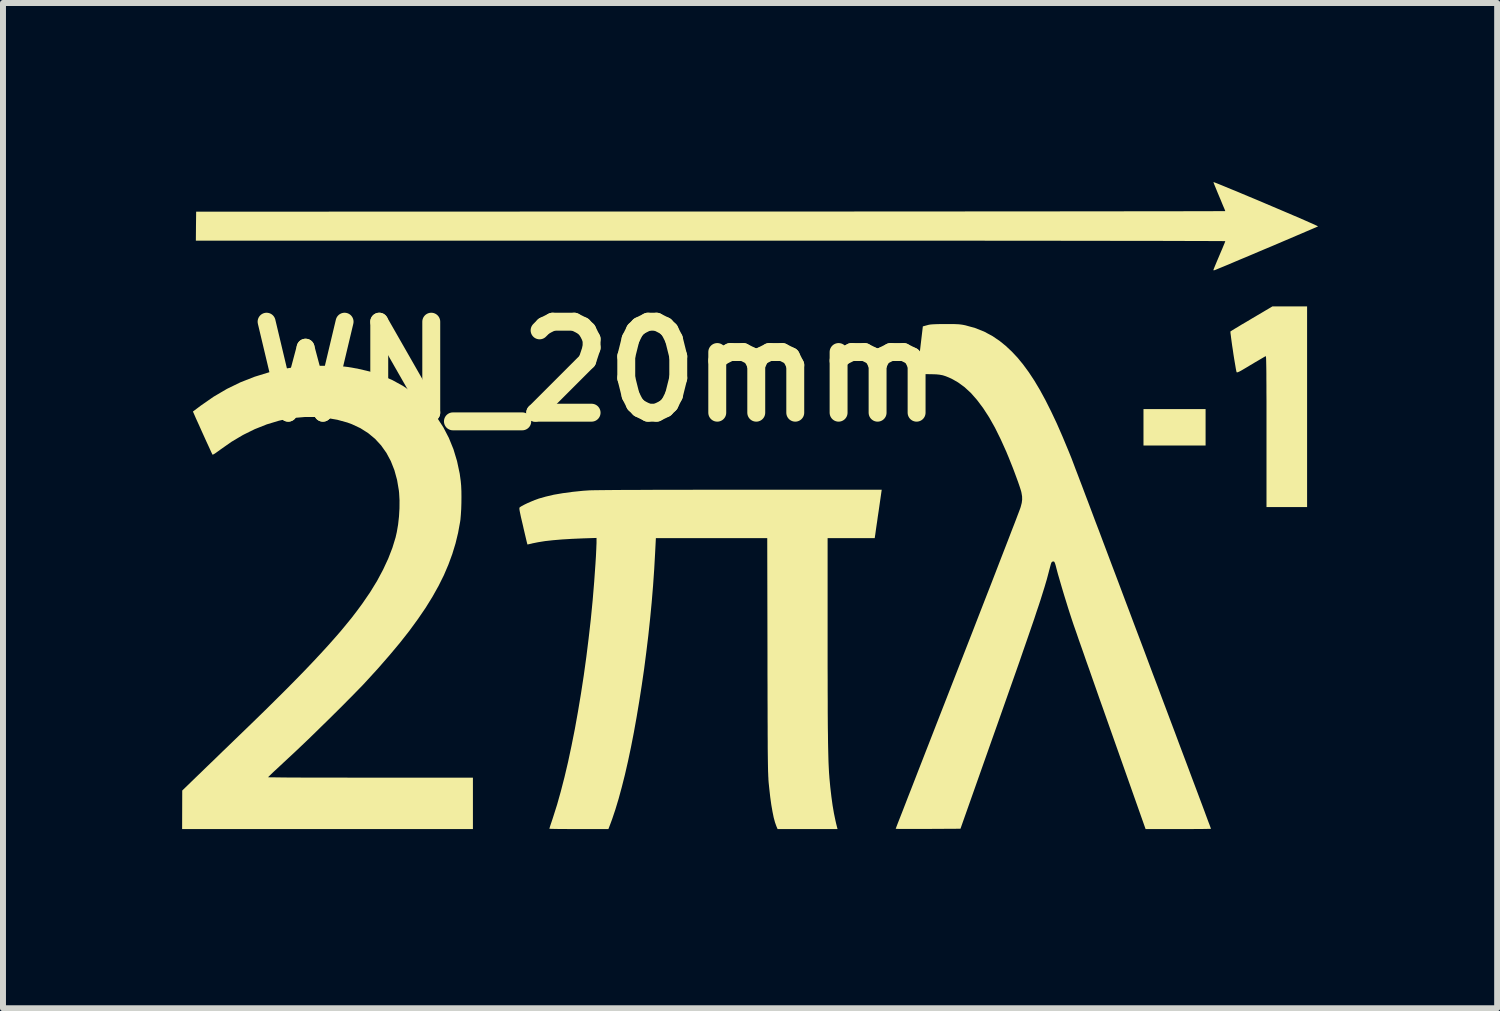
<source format=kicad_pcb>
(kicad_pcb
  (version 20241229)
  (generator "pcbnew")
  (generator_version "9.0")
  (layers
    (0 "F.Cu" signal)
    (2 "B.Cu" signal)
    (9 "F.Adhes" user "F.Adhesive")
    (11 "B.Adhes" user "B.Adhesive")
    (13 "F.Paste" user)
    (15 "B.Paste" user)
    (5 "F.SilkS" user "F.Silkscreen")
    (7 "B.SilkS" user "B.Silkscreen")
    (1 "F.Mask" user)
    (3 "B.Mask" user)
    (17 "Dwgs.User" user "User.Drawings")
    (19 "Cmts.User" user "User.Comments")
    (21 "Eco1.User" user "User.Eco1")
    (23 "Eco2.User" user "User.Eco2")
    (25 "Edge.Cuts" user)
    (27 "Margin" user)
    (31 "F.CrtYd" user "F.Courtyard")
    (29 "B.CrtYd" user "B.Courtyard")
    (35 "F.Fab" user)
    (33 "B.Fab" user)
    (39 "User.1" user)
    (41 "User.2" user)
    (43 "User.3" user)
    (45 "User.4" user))
  (footprint "WN_20mm"
    (layer "F.Cu")
    (at 9.47 5.712)
    (property "Reference" "WN_20mm" (at -2.54 -2.54 0) (layer "F.SilkS") (effects (font (size 1.524 1.524) (thickness 0.3))))
    (attr board_only exclude_from_pos_files exclude_from_bom)
    (fp_poly (pts (xy 7.67 -1.301) (xy 6.63 -1.301) (xy 6.63 -1.911) (xy 7.67 -1.911)) (stroke (width 0) (type solid)) (fill yes) (layer "F.SilkS"))
    (fp_poly (pts (xy 9.37 -0.27) (xy 8.69 -0.27) (xy 8.69 -1.537) (xy 8.69 -1.728) (xy 8.69 -1.901) (xy 8.69 -2.055) (xy 8.689 -2.192) (xy 8.689 -2.312) (xy 8.688 -2.417) (xy 8.688 -2.507) (xy 8.687 -2.583) (xy 8.686 -2.646) (xy 8.685 -2.696) (xy 8.684 -2.736) (xy 8.683 -2.765) (xy 8.681 -2.784) (xy 8.679 -2.795) (xy 8.678 -2.798) (xy 8.678 -2.798) (xy 8.666 -2.792) (xy 8.64 -2.777) (xy 8.601 -2.754) (xy 8.552 -2.725) (xy 8.495 -2.692) (xy 8.433 -2.654) (xy 8.43 -2.653) (xy 8.36 -2.611) (xy 8.306 -2.579) (xy 8.265 -2.555) (xy 8.235 -2.539) (xy 8.214 -2.53) (xy 8.201 -2.526) (xy 8.193 -2.526) (xy 8.189 -2.531) (xy 8.188 -2.534) (xy 8.183 -2.555) (xy 8.176 -2.591) (xy 8.168 -2.639) (xy 8.158 -2.698) (xy 8.147 -2.763) (xy 8.136 -2.833) (xy 8.126 -2.904) (xy 8.115 -2.974) (xy 8.106 -3.04) (xy 8.098 -3.099) (xy 8.092 -3.149) (xy 8.087 -3.185) (xy 8.086 -3.207) (xy 8.086 -3.211) (xy 8.097 -3.218) (xy 8.122 -3.234) (xy 8.161 -3.258) (xy 8.212 -3.288) (xy 8.272 -3.325) (xy 8.341 -3.365) (xy 8.415 -3.409) (xy 8.443 -3.426) (xy 8.79 -3.631) (xy 9.37 -3.631)) (stroke (width 0) (type solid)) (fill yes) (layer "F.SilkS"))
    (fp_poly (pts (xy 7.812 -5.71) (xy 7.838 -5.7) (xy 7.881 -5.683) (xy 7.938 -5.66) (xy 8.008 -5.631) (xy 8.09 -5.597) (xy 8.184 -5.559) (xy 8.286 -5.516) (xy 8.398 -5.469) (xy 8.516 -5.42) (xy 8.639 -5.368) (xy 8.683 -5.349) (xy 8.808 -5.296) (xy 8.928 -5.245) (xy 9.041 -5.197) (xy 9.146 -5.152) (xy 9.242 -5.111) (xy 9.327 -5.074) (xy 9.401 -5.041) (xy 9.461 -5.015) (xy 9.507 -4.994) (xy 9.538 -4.979) (xy 9.552 -4.972) (xy 9.553 -4.971) (xy 9.543 -4.966) (xy 9.516 -4.954) (xy 9.474 -4.936) (xy 9.418 -4.912) (xy 9.35 -4.883) (xy 9.271 -4.849) (xy 9.184 -4.812) (xy 9.089 -4.771) (xy 8.987 -4.728) (xy 8.882 -4.683) (xy 8.774 -4.637) (xy 8.664 -4.591) (xy 8.555 -4.545) (xy 8.447 -4.499) (xy 8.343 -4.455) (xy 8.244 -4.414) (xy 8.152 -4.375) (xy 8.068 -4.339) (xy 7.993 -4.308) (xy 7.93 -4.282) (xy 7.879 -4.261) (xy 7.843 -4.246) (xy 7.823 -4.238) (xy 7.82 -4.237) (xy 7.804 -4.235) (xy 7.8 -4.238) (xy 7.804 -4.25) (xy 7.814 -4.276) (xy 7.831 -4.317) (xy 7.852 -4.368) (xy 7.877 -4.427) (xy 7.9 -4.481) (xy 7.927 -4.545) (xy 7.952 -4.603) (xy 7.972 -4.652) (xy 7.988 -4.69) (xy 7.997 -4.715) (xy 8 -4.723) (xy 7.99 -4.724) (xy 7.961 -4.724) (xy 7.912 -4.725) (xy 7.845 -4.725) (xy 7.759 -4.725) (xy 7.656 -4.726) (xy 7.536 -4.726) (xy 7.399 -4.726) (xy 7.245 -4.727) (xy 7.076 -4.727) (xy 6.891 -4.728) (xy 6.691 -4.728) (xy 6.477 -4.728) (xy 6.249 -4.728) (xy 6.006 -4.729) (xy 5.751 -4.729) (xy 5.483 -4.729) (xy 5.203 -4.73) (xy 4.911 -4.73) (xy 4.608 -4.73) (xy 4.294 -4.73) (xy 3.969 -4.731) (xy 3.635 -4.731) (xy 3.291 -4.731) (xy 2.937 -4.731) (xy 2.576 -4.731) (xy 2.206 -4.731) (xy 1.828 -4.732) (xy 1.444 -4.732) (xy 1.052 -4.732) (xy 0.654 -4.732) (xy 0.25 -4.732) (xy -0.159 -4.732) (xy -0.573 -4.732) (xy -9.24 -4.732) (xy -9.238 -4.974) (xy -9.235 -5.217) (xy -0.618 -5.22) (xy -0.203 -5.22) (xy 0.207 -5.22) (xy 0.611 -5.22) (xy 1.01 -5.22) (xy 1.402 -5.22) (xy 1.787 -5.22) (xy 2.166 -5.221) (xy 2.536 -5.221) (xy 2.899 -5.221) (xy 3.253 -5.221) (xy 3.598 -5.221) (xy 3.934 -5.222) (xy 4.259 -5.222) (xy 4.575 -5.222) (xy 4.879 -5.222) (xy 5.172 -5.222) (xy 5.454 -5.223) (xy 5.723 -5.223) (xy 5.98 -5.223) (xy 6.223 -5.223) (xy 6.453 -5.224) (xy 6.669 -5.224) (xy 6.87 -5.224) (xy 7.057 -5.224) (xy 7.228 -5.224) (xy 7.383 -5.225) (xy 7.522 -5.225) (xy 7.644 -5.225) (xy 7.749 -5.225) (xy 7.837 -5.226) (xy 7.906 -5.226) (xy 7.956 -5.226) (xy 7.988 -5.226) (xy 8 -5.227) (xy 8 -5.227) (xy 7.996 -5.237) (xy 7.986 -5.263) (xy 7.969 -5.302) (xy 7.948 -5.352) (xy 7.924 -5.411) (xy 7.9 -5.468) (xy 7.873 -5.532) (xy 7.849 -5.591) (xy 7.829 -5.64) (xy 7.813 -5.679) (xy 7.804 -5.704) (xy 7.802 -5.712)) (stroke (width 0) (type solid)) (fill yes) (layer "F.SilkS"))
    (fp_poly (pts (xy -7.03 -2.636) (xy -6.947 -2.635) (xy -6.875 -2.632) (xy -6.812 -2.629) (xy -6.753 -2.623) (xy -6.694 -2.616) (xy -6.631 -2.606) (xy -6.561 -2.593) (xy -6.54 -2.59) (xy -6.331 -2.541) (xy -6.133 -2.476) (xy -5.946 -2.395) (xy -5.771 -2.299) (xy -5.609 -2.188) (xy -5.46 -2.062) (xy -5.324 -1.923) (xy -5.202 -1.77) (xy -5.095 -1.605) (xy -5.003 -1.428) (xy -4.926 -1.239) (xy -4.866 -1.04) (xy -4.821 -0.829) (xy -4.804 -0.704) (xy -4.797 -0.628) (xy -4.793 -0.538) (xy -4.792 -0.44) (xy -4.793 -0.337) (xy -4.796 -0.237) (xy -4.802 -0.142) (xy -4.809 -0.06) (xy -4.815 -0.02) (xy -4.848 0.16) (xy -4.891 0.338) (xy -4.945 0.515) (xy -5.01 0.692) (xy -5.086 0.87) (xy -5.175 1.049) (xy -5.277 1.231) (xy -5.392 1.417) (xy -5.522 1.607) (xy -5.665 1.803) (xy -5.824 2.005) (xy -5.999 2.214) (xy -6.189 2.432) (xy -6.38 2.641) (xy -6.443 2.709) (xy -6.52 2.788) (xy -6.607 2.877) (xy -6.703 2.974) (xy -6.806 3.078) (xy -6.914 3.185) (xy -7.025 3.295) (xy -7.138 3.405) (xy -7.249 3.514) (xy -7.358 3.62) (xy -7.463 3.72) (xy -7.561 3.813) (xy -7.651 3.897) (xy -7.693 3.936) (xy -7.762 4) (xy -7.826 4.06) (xy -7.884 4.114) (xy -7.935 4.161) (xy -7.976 4.2) (xy -8.006 4.23) (xy -8.025 4.248) (xy -8.03 4.254) (xy -8.02 4.255) (xy -7.991 4.256) (xy -7.945 4.256) (xy -7.881 4.257) (xy -7.801 4.258) (xy -7.707 4.259) (xy -7.598 4.259) (xy -7.477 4.26) (xy -7.344 4.26) (xy -7.2 4.261) (xy -7.047 4.261) (xy -6.884 4.261) (xy -6.714 4.261) (xy -6.538 4.262) (xy -6.355 4.262) (xy -6.315 4.262) (xy -4.6 4.262) (xy -4.6 5.122) (xy -9.47 5.122) (xy -9.469 4.799) (xy -9.468 4.477) (xy -9.237 4.253) (xy -9.188 4.206) (xy -9.128 4.148) (xy -9.057 4.079) (xy -8.977 4.002) (xy -8.891 3.919) (xy -8.801 3.831) (xy -8.707 3.741) (xy -8.613 3.65) (xy -8.52 3.56) (xy -8.495 3.536) (xy -8.281 3.329) (xy -8.081 3.134) (xy -7.895 2.95) (xy -7.722 2.778) (xy -7.561 2.615) (xy -7.412 2.462) (xy -7.274 2.317) (xy -7.146 2.18) (xy -7.027 2.05) (xy -6.917 1.926) (xy -6.814 1.808) (xy -6.72 1.694) (xy -6.631 1.585) (xy -6.549 1.478) (xy -6.472 1.374) (xy -6.453 1.348) (xy -6.322 1.157) (xy -6.205 0.966) (xy -6.104 0.777) (xy -6.018 0.592) (xy -5.948 0.411) (xy -5.895 0.238) (xy -5.875 0.15) (xy -5.853 0.023) (xy -5.838 -0.112) (xy -5.83 -0.25) (xy -5.829 -0.383) (xy -5.836 -0.507) (xy -5.84 -0.546) (xy -5.87 -0.724) (xy -5.915 -0.888) (xy -5.975 -1.04) (xy -6.049 -1.178) (xy -6.137 -1.302) (xy -6.239 -1.413) (xy -6.355 -1.509) (xy -6.484 -1.591) (xy -6.627 -1.658) (xy -6.703 -1.686) (xy -6.871 -1.732) (xy -7.049 -1.763) (xy -7.232 -1.778) (xy -7.419 -1.778) (xy -7.606 -1.762) (xy -7.789 -1.73) (xy -7.85 -1.716) (xy -8.052 -1.655) (xy -8.253 -1.575) (xy -8.452 -1.477) (xy -8.645 -1.362) (xy -8.823 -1.237) (xy -8.867 -1.205) (xy -8.905 -1.178) (xy -8.936 -1.158) (xy -8.955 -1.148) (xy -8.96 -1.147) (xy -8.966 -1.158) (xy -8.98 -1.186) (xy -9 -1.23) (xy -9.027 -1.289) (xy -9.06 -1.36) (xy -9.098 -1.444) (xy -9.141 -1.539) (xy -9.188 -1.644) (xy -9.239 -1.756) (xy -9.266 -1.818) (xy -9.289 -1.87) (xy -9.156 -1.97) (xy -8.943 -2.118) (xy -8.722 -2.248) (xy -8.492 -2.36) (xy -8.255 -2.453) (xy -8.011 -2.528) (xy -7.762 -2.584) (xy -7.73 -2.59) (xy -7.652 -2.603) (xy -7.584 -2.614) (xy -7.523 -2.622) (xy -7.465 -2.627) (xy -7.404 -2.631) (xy -7.337 -2.634) (xy -7.26 -2.635) (xy -7.169 -2.636) (xy -7.13 -2.636)) (stroke (width 0) (type solid)) (fill yes) (layer "F.SilkS"))
    (fp_poly (pts (xy 2.194 -0.198) (xy 2.181 -0.113) (xy 2.17 -0.033) (xy 2.159 0.04) (xy 2.15 0.103) (xy 2.143 0.154) (xy 2.138 0.19) (xy 2.135 0.208) (xy 2.129 0.25) (xy 1.34 0.25) (xy 1.34 1.938) (xy 1.34 2.185) (xy 1.34 2.412) (xy 1.341 2.622) (xy 1.341 2.814) (xy 1.342 2.99) (xy 1.342 3.15) (xy 1.343 3.297) (xy 1.344 3.43) (xy 1.346 3.55) (xy 1.347 3.659) (xy 1.349 3.758) (xy 1.351 3.847) (xy 1.353 3.927) (xy 1.355 4) (xy 1.358 4.065) (xy 1.361 4.125) (xy 1.364 4.181) (xy 1.368 4.232) (xy 1.37 4.262) (xy 1.385 4.422) (xy 1.403 4.577) (xy 1.423 4.723) (xy 1.446 4.858) (xy 1.471 4.978) (xy 1.483 5.031) (xy 1.506 5.122) (xy 0.502 5.122) (xy 0.481 5.072) (xy 0.459 5.01) (xy 0.437 4.929) (xy 0.417 4.83) (xy 0.397 4.716) (xy 0.379 4.586) (xy 0.363 4.443) (xy 0.353 4.347) (xy 0.351 4.322) (xy 0.349 4.296) (xy 0.348 4.268) (xy 0.346 4.236) (xy 0.345 4.2) (xy 0.343 4.159) (xy 0.342 4.112) (xy 0.341 4.058) (xy 0.34 3.996) (xy 0.339 3.925) (xy 0.338 3.845) (xy 0.337 3.753) (xy 0.337 3.651) (xy 0.336 3.536) (xy 0.336 3.408) (xy 0.335 3.265) (xy 0.335 3.108) (xy 0.334 2.934) (xy 0.334 2.744) (xy 0.333 2.535) (xy 0.333 2.308) (xy 0.333 2.203) (xy 0.329 0.25) (xy -1.536 0.25) (xy -1.549 0.503) (xy -1.564 0.772) (xy -1.583 1.046) (xy -1.606 1.324) (xy -1.633 1.604) (xy -1.663 1.884) (xy -1.697 2.164) (xy -1.733 2.442) (xy -1.773 2.717) (xy -1.815 2.986) (xy -1.859 3.249) (xy -1.905 3.505) (xy -1.953 3.751) (xy -2.003 3.987) (xy -2.054 4.21) (xy -2.107 4.42) (xy -2.16 4.615) (xy -2.214 4.794) (xy -2.268 4.955) (xy -2.299 5.039) (xy -2.331 5.122) (xy -2.826 5.122) (xy -2.923 5.122) (xy -3.014 5.122) (xy -3.097 5.121) (xy -3.169 5.121) (xy -3.23 5.12) (xy -3.276 5.119) (xy -3.307 5.118) (xy -3.32 5.117) (xy -3.32 5.117) (xy -3.317 5.107) (xy -3.309 5.08) (xy -3.296 5.04) (xy -3.279 4.99) (xy -3.26 4.933) (xy -3.256 4.92) (xy -3.191 4.715) (xy -3.128 4.491) (xy -3.066 4.251) (xy -3.006 3.996) (xy -2.949 3.728) (xy -2.893 3.447) (xy -2.841 3.157) (xy -2.791 2.858) (xy -2.744 2.553) (xy -2.701 2.242) (xy -2.662 1.928) (xy -2.626 1.612) (xy -2.595 1.296) (xy -2.569 0.981) (xy -2.547 0.669) (xy -2.54 0.557) (xy -2.537 0.493) (xy -2.534 0.432) (xy -2.532 0.377) (xy -2.53 0.334) (xy -2.53 0.313) (xy -2.53 0.247) (xy -2.752 0.254) (xy -2.937 0.262) (xy -3.106 0.272) (xy -3.259 0.285) (xy -3.394 0.3) (xy -3.511 0.319) (xy -3.61 0.339) (xy -3.611 0.34) (xy -3.646 0.348) (xy -3.673 0.354) (xy -3.687 0.356) (xy -3.688 0.356) (xy -3.69 0.346) (xy -3.697 0.319) (xy -3.707 0.277) (xy -3.72 0.222) (xy -3.735 0.158) (xy -3.752 0.086) (xy -3.76 0.049) (xy -3.78 -0.036) (xy -3.796 -0.104) (xy -3.807 -0.156) (xy -3.815 -0.195) (xy -3.82 -0.224) (xy -3.822 -0.243) (xy -3.821 -0.255) (xy -3.818 -0.263) (xy -3.814 -0.268) (xy -3.813 -0.268) (xy -3.783 -0.287) (xy -3.738 -0.311) (xy -3.684 -0.337) (xy -3.624 -0.363) (xy -3.564 -0.388) (xy -3.507 -0.408) (xy -3.501 -0.411) (xy -3.381 -0.445) (xy -3.245 -0.477) (xy -3.093 -0.503) (xy -2.929 -0.525) (xy -2.755 -0.543) (xy -2.65 -0.55) (xy -2.621 -0.551) (xy -2.572 -0.552) (xy -2.504 -0.553) (xy -2.417 -0.554) (xy -2.313 -0.555) (xy -2.191 -0.556) (xy -2.051 -0.557) (xy -1.895 -0.557) (xy -1.723 -0.558) (xy -1.535 -0.559) (xy -1.331 -0.559) (xy -1.113 -0.559) (xy -0.881 -0.56) (xy -0.634 -0.56) (xy -0.375 -0.56) (xy -0.119 -0.56) (xy 2.246 -0.56)) (stroke (width 0) (type solid)) (fill yes) (layer "F.SilkS"))
    (fp_poly (pts (xy 3.45 -3.335) (xy 3.499 -3.333) (xy 3.539 -3.331) (xy 3.574 -3.327) (xy 3.607 -3.322) (xy 3.642 -3.315) (xy 3.647 -3.314) (xy 3.809 -3.269) (xy 3.961 -3.209) (xy 4.104 -3.132) (xy 4.224 -3.05) (xy 4.325 -2.968) (xy 4.424 -2.875) (xy 4.521 -2.772) (xy 4.615 -2.657) (xy 4.709 -2.529) (xy 4.802 -2.388) (xy 4.895 -2.232) (xy 4.988 -2.061) (xy 5.082 -1.874) (xy 5.178 -1.671) (xy 5.275 -1.449) (xy 5.375 -1.209) (xy 5.414 -1.113) (xy 5.424 -1.088) (xy 5.44 -1.046) (xy 5.462 -0.988) (xy 5.49 -0.913) (xy 5.524 -0.825) (xy 5.563 -0.722) (xy 5.607 -0.607) (xy 5.655 -0.479) (xy 5.708 -0.34) (xy 5.764 -0.191) (xy 5.824 -0.031) (xy 5.888 0.136) (xy 5.954 0.312) (xy 6.023 0.495) (xy 6.094 0.684) (xy 6.168 0.879) (xy 6.243 1.078) (xy 6.319 1.281) (xy 6.397 1.487) (xy 6.475 1.695) (xy 6.554 1.904) (xy 6.633 2.113) (xy 6.711 2.322) (xy 6.789 2.53) (xy 6.867 2.735) (xy 6.943 2.938) (xy 7.018 3.137) (xy 7.091 3.331) (xy 7.162 3.519) (xy 7.23 3.702) (xy 7.296 3.877) (xy 7.359 4.044) (xy 7.418 4.202) (xy 7.474 4.351) (xy 7.526 4.489) (xy 7.573 4.615) (xy 7.616 4.729) (xy 7.654 4.831) (xy 7.686 4.918) (xy 7.713 4.991) (xy 7.735 5.048) (xy 7.75 5.089) (xy 7.758 5.112) (xy 7.76 5.118) (xy 7.75 5.119) (xy 7.722 5.119) (xy 7.678 5.12) (xy 7.619 5.121) (xy 7.548 5.121) (xy 7.465 5.122) (xy 7.373 5.122) (xy 7.274 5.122) (xy 7.213 5.122) (xy 6.665 5.122) (xy 6.077 3.458) (xy 6.014 3.28) (xy 5.952 3.104) (xy 5.891 2.933) (xy 5.833 2.767) (xy 5.777 2.608) (xy 5.724 2.456) (xy 5.673 2.313) (xy 5.627 2.18) (xy 5.584 2.058) (xy 5.545 1.948) (xy 5.512 1.851) (xy 5.483 1.768) (xy 5.459 1.7) (xy 5.442 1.649) (xy 5.431 1.616) (xy 5.429 1.61) (xy 5.398 1.515) (xy 5.366 1.415) (xy 5.334 1.311) (xy 5.302 1.208) (xy 5.272 1.108) (xy 5.245 1.016) (xy 5.221 0.933) (xy 5.201 0.865) (xy 5.19 0.825) (xy 5.173 0.761) (xy 5.161 0.713) (xy 5.151 0.68) (xy 5.143 0.659) (xy 5.136 0.647) (xy 5.129 0.642) (xy 5.12 0.641) (xy 5.113 0.642) (xy 5.102 0.645) (xy 5.094 0.651) (xy 5.086 0.665) (xy 5.078 0.688) (xy 5.068 0.725) (xy 5.054 0.778) (xy 5.053 0.78) (xy 5.04 0.831) (xy 5.026 0.884) (xy 5.011 0.941) (xy 4.993 1.001) (xy 4.974 1.066) (xy 4.952 1.136) (xy 4.928 1.213) (xy 4.902 1.296) (xy 4.872 1.387) (xy 4.838 1.487) (xy 4.802 1.597) (xy 4.761 1.716) (xy 4.716 1.847) (xy 4.667 1.989) (xy 4.613 2.144) (xy 4.555 2.313) (xy 4.491 2.495) (xy 4.421 2.693) (xy 4.346 2.906) (xy 4.265 3.136) (xy 4.178 3.383) (xy 4.097 3.611) (xy 3.565 5.117) (xy 3.022 5.12) (xy 2.92 5.12) (xy 2.824 5.12) (xy 2.737 5.12) (xy 2.659 5.12) (xy 2.593 5.12) (xy 2.54 5.12) (xy 2.503 5.119) (xy 2.483 5.118) (xy 2.48 5.118) (xy 2.484 5.108) (xy 2.494 5.081) (xy 2.511 5.036) (xy 2.535 4.975) (xy 2.565 4.899) (xy 2.601 4.807) (xy 2.642 4.701) (xy 2.688 4.582) (xy 2.74 4.45) (xy 2.796 4.306) (xy 2.856 4.151) (xy 2.921 3.985) (xy 2.989 3.81) (xy 3.061 3.626) (xy 3.136 3.433) (xy 3.214 3.233) (xy 3.295 3.026) (xy 3.378 2.813) (xy 3.463 2.595) (xy 3.514 2.464) (xy 3.601 2.242) (xy 3.686 2.024) (xy 3.769 1.812) (xy 3.849 1.605) (xy 3.927 1.405) (xy 4.002 1.212) (xy 4.074 1.028) (xy 4.142 0.852) (xy 4.206 0.686) (xy 4.266 0.531) (xy 4.322 0.387) (xy 4.373 0.255) (xy 4.419 0.135) (xy 4.46 0.03) (xy 4.495 -0.061) (xy 4.524 -0.138) (xy 4.547 -0.198) (xy 4.563 -0.241) (xy 4.572 -0.267) (xy 4.574 -0.274) (xy 4.591 -0.339) (xy 4.598 -0.394) (xy 4.597 -0.448) (xy 4.587 -0.509) (xy 4.581 -0.535) (xy 4.57 -0.571) (xy 4.553 -0.623) (xy 4.531 -0.687) (xy 4.504 -0.761) (xy 4.474 -0.842) (xy 4.442 -0.927) (xy 4.408 -1.012) (xy 4.375 -1.095) (xy 4.342 -1.174) (xy 4.335 -1.192) (xy 4.239 -1.405) (xy 4.143 -1.599) (xy 4.045 -1.773) (xy 3.945 -1.927) (xy 3.843 -2.063) (xy 3.74 -2.18) (xy 3.634 -2.278) (xy 3.526 -2.357) (xy 3.434 -2.41) (xy 3.373 -2.439) (xy 3.319 -2.461) (xy 3.269 -2.477) (xy 3.216 -2.487) (xy 3.157 -2.493) (xy 3.086 -2.495) (xy 3.022 -2.496) (xy 2.84 -2.496) (xy 2.846 -2.541) (xy 2.848 -2.561) (xy 2.853 -2.599) (xy 2.859 -2.651) (xy 2.867 -2.715) (xy 2.876 -2.789) (xy 2.885 -2.87) (xy 2.893 -2.941) (xy 2.935 -3.296) (xy 3.005 -3.315) (xy 3.031 -3.322) (xy 3.059 -3.327) (xy 3.092 -3.33) (xy 3.132 -3.332) (xy 3.184 -3.334) (xy 3.251 -3.335) (xy 3.31 -3.335) (xy 3.388 -3.335)) (stroke (width 0) (type solid)) (fill yes) (layer "F.SilkS")))
  (gr_rect
    (start -3 -3)
    (end 22.023 13.835)
    (stroke (width 0.1) (type default))
    (fill no)
    (layer "Edge.Cuts")))
</source>
